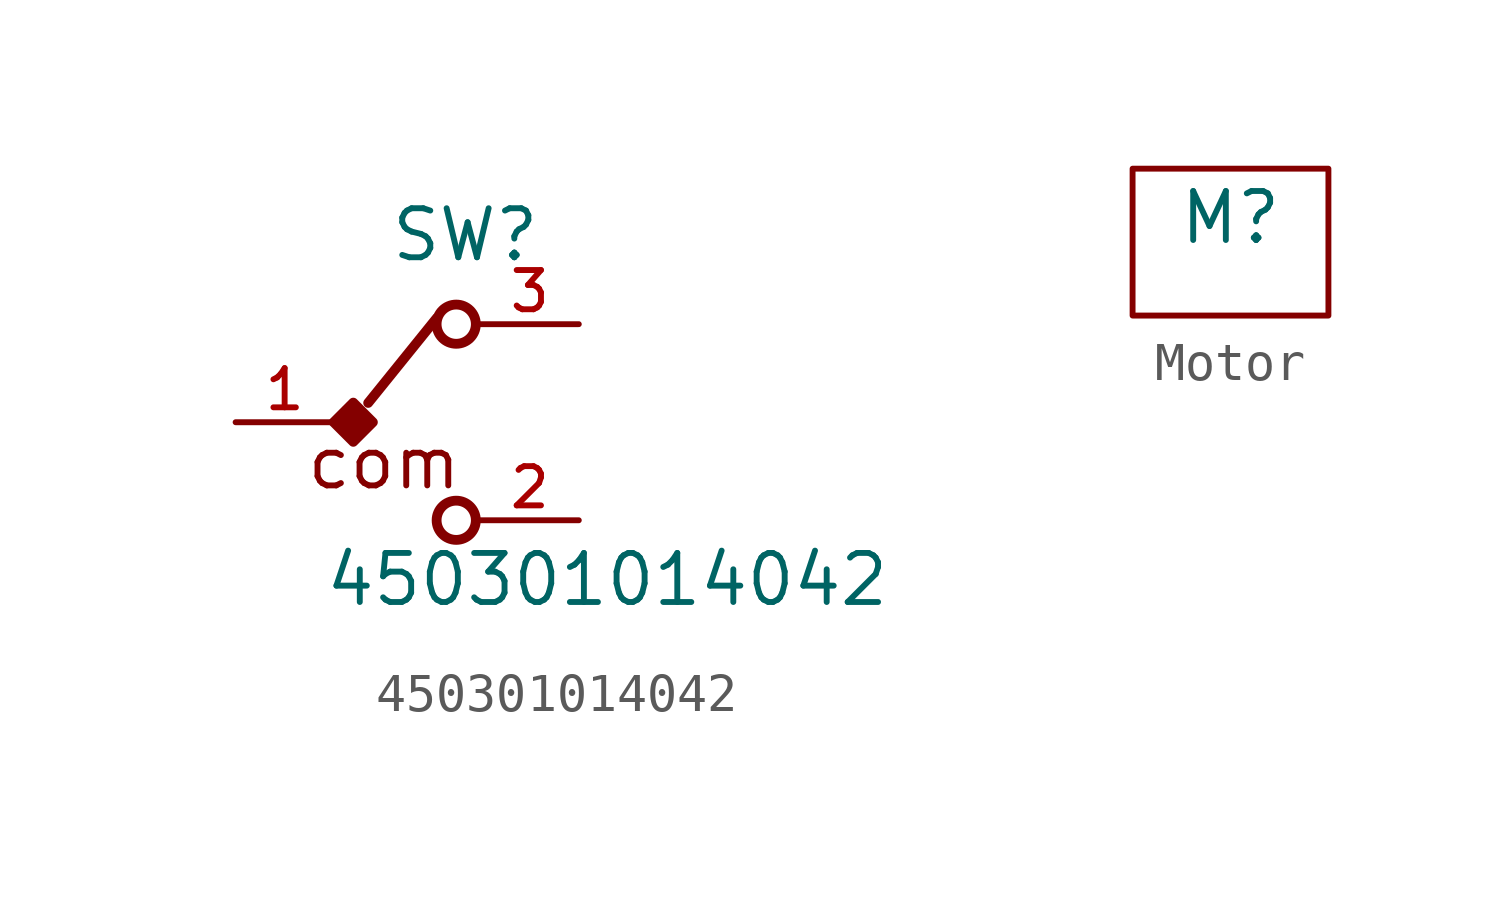
<source format=kicad_sym>
(kicad_symbol_lib
  (version 20241209)
  (generator "kicad_symbol_editor")
  (generator_version "9.0")
  (symbol "450301014042"
    (pin_names
      (offset 1.016))
    (property "Reference" "SW"
      (at 2.14 4.11 0)
      (effects (font (size 1.27 1.27)) (justify bottom)))
    (property "Value" "450301014042"
      (at -1.54 -4.82 0)
      (effects (font (size 1.27 1.27)) (justify left bottom)))
    (symbol "450301014042_0_0"
      (polyline (pts (xy -0.762 -0.508) (xy -1.27 0) (xy -0.762 0.508) (xy -0.254 0) (xy -0.762 -0.508)) (stroke (width 0.254) (type default)) (fill (type outline)))
      (polyline (pts (xy -0.376 0.5) (xy 1.4 2.7)) (stroke (width 0.254) (type default)) (fill (type none)))
      (circle (center 1.905 2.54) (radius 0.508) (stroke (width 0.254) (type default)) (fill (type none)))
      (circle (center 1.905 -2.54) (radius 0.508) (stroke (width 0.254) (type default)) (fill (type none)))
      (text "com" (at -2.03 -1.8 0) (effects (font (size 1.27 1.27)) (justify left bottom)))
      (pin passive line (at -3.81 0 0) (length 2.54) (name "~" (effects (font (size 1.016 1.016)))) (number "1" (effects (font (size 1.016 1.016)))))
      (pin passive line (at 5.08 2.54 180) (length 2.54) (name "~" (effects (font (size 1.016 1.016)))) (number "3" (effects (font (size 1.016 1.016)))))
      (pin passive line (at 5.08 -2.54 180) (length 2.54) (name "~" (effects (font (size 1.016 1.016)))) (number "2" (effects (font (size 1.016 1.016)))))))
  (symbol "Motor"
    (property "Reference" "M"
      (at 0 0 0)
      (effects (font (size 1.27 1.27))))
    (symbol "Motor_0_1"
      (polyline (pts (xy -2.54 1.27) (xy 2.54 1.27) (xy 2.54 -2.54) (xy -2.54 -2.54) (xy -2.54 1.27)) (stroke (width 0) (type default)) (fill (type none))))))
</source>
